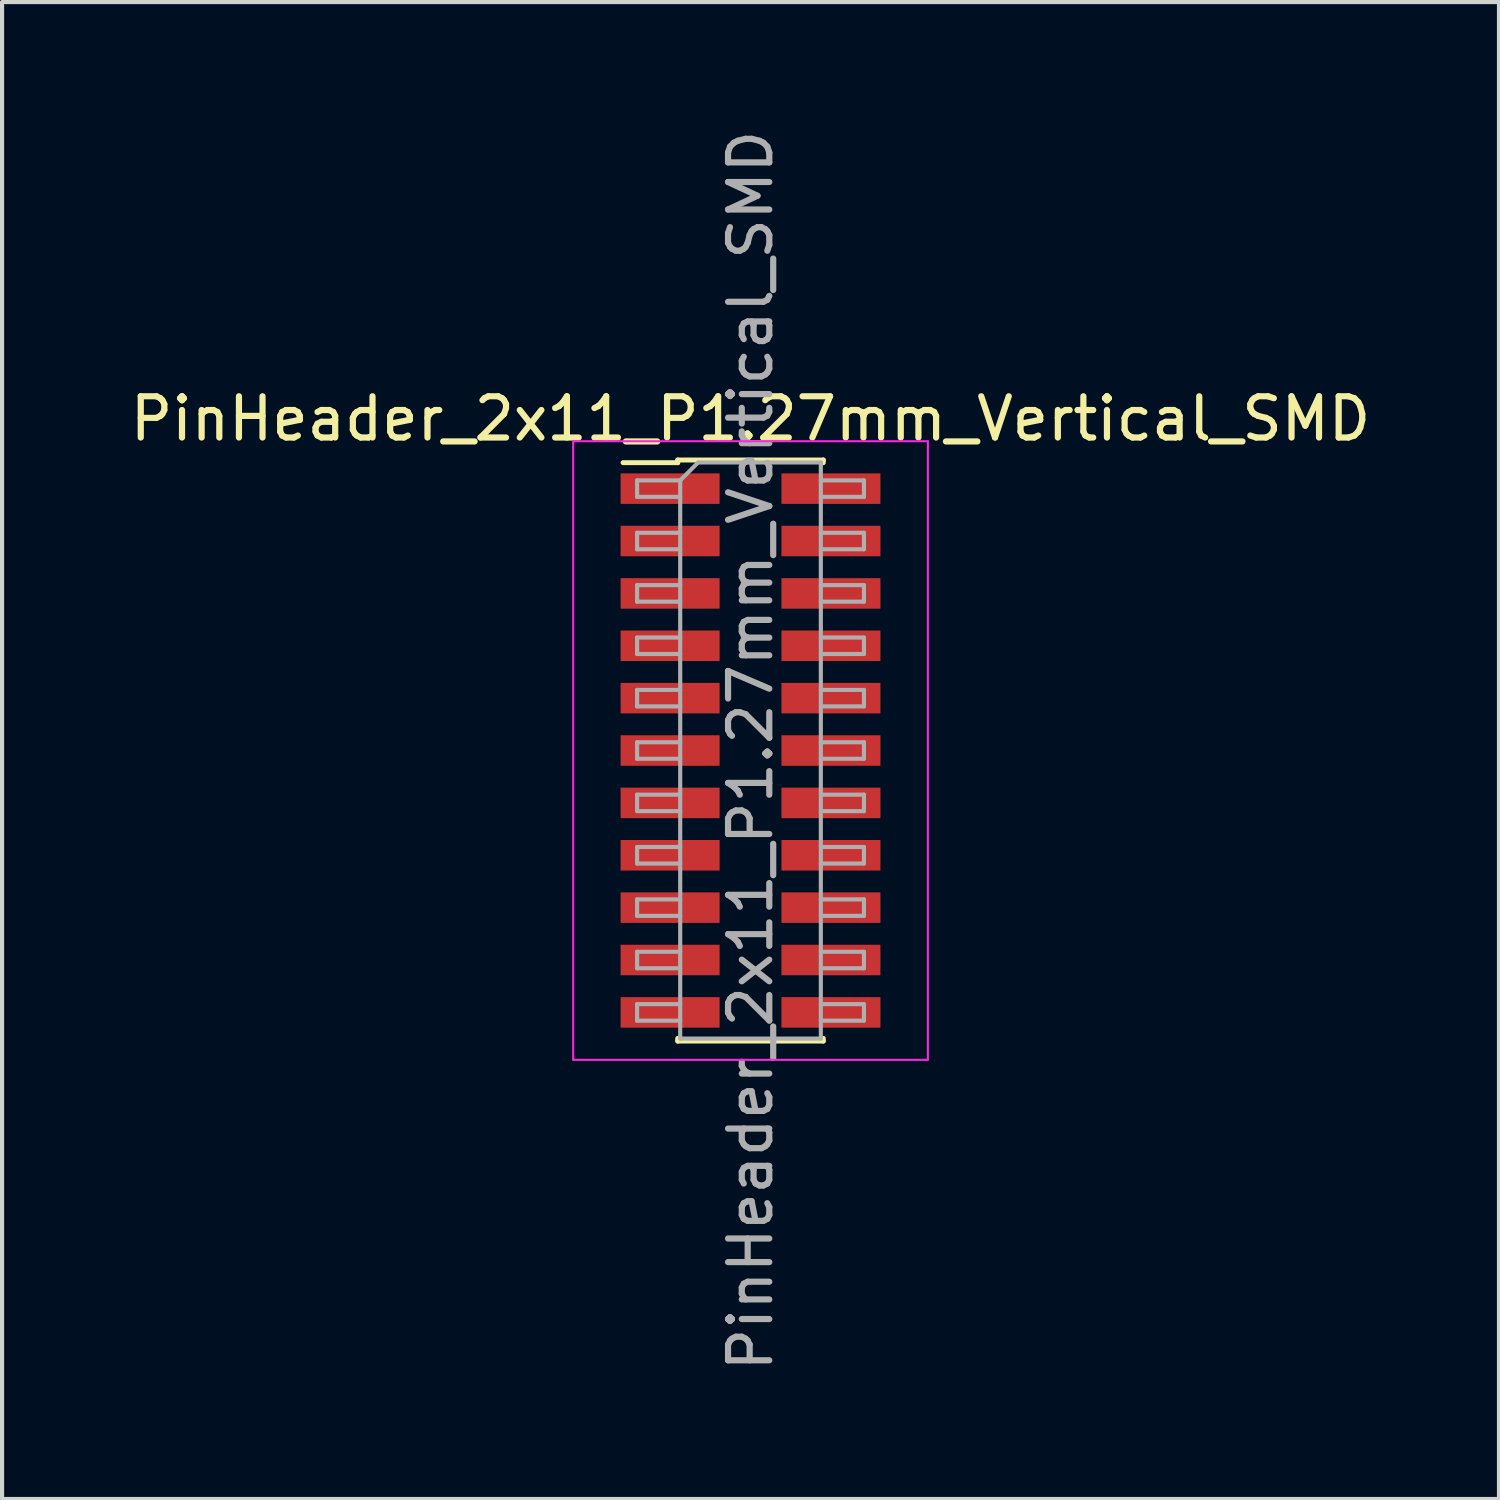
<source format=kicad_pcb>
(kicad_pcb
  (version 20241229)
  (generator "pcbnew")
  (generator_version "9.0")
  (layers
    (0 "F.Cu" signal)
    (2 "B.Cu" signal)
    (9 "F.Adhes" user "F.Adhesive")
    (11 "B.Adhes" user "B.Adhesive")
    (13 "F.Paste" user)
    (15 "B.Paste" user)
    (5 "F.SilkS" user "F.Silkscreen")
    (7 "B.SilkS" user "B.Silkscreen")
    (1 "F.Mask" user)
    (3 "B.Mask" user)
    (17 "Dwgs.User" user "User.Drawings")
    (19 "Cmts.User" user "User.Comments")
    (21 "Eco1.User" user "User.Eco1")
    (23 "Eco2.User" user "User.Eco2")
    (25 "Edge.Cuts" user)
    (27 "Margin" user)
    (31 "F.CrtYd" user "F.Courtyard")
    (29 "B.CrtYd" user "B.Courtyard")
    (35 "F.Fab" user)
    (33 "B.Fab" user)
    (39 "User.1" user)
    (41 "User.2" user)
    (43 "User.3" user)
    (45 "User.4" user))
  (footprint "PinHeader_2x11_P1.27mm_Vertical_SMD"
    (layer "F.Cu")
    (at 15.149 15.149)
    (property "Reference" "PinHeader_2x11_P1.27mm_Vertical_SMD" (at 0 -8.045 0) (layer "F.SilkS") (effects (font (size 1 1) (thickness 0.15))))
    (attr smd)
    (fp_line (start -3.09 -6.98) (end -1.765 -6.98) (stroke (width 0.12) (type solid)) (layer "F.SilkS"))
    (fp_line (start -1.765 -7.045) (end -1.765 -6.98) (stroke (width 0.12) (type solid)) (layer "F.SilkS"))
    (fp_line (start -1.765 -7.045) (end 1.765 -7.045) (stroke (width 0.12) (type solid)) (layer "F.SilkS"))
    (fp_line (start -1.765 6.98) (end -1.765 7.045) (stroke (width 0.12) (type solid)) (layer "F.SilkS"))
    (fp_line (start -1.765 7.045) (end 1.765 7.045) (stroke (width 0.12) (type solid)) (layer "F.SilkS"))
    (fp_line (start 1.765 -7.045) (end 1.765 -6.98) (stroke (width 0.12) (type solid)) (layer "F.SilkS"))
    (fp_line (start 1.765 6.98) (end 1.765 7.045) (stroke (width 0.12) (type solid)) (layer "F.SilkS"))
    (fp_line (start -4.3 -7.5) (end -4.3 7.5) (stroke (width 0.05) (type solid)) (layer "F.CrtYd"))
    (fp_line (start -4.3 7.5) (end 4.3 7.5) (stroke (width 0.05) (type solid)) (layer "F.CrtYd"))
    (fp_line (start 4.3 -7.5) (end -4.3 -7.5) (stroke (width 0.05) (type solid)) (layer "F.CrtYd"))
    (fp_line (start 4.3 7.5) (end 4.3 -7.5) (stroke (width 0.05) (type solid)) (layer "F.CrtYd"))
    (fp_line (start -2.75 -6.55) (end -2.75 -6.15) (stroke (width 0.1) (type solid)) (layer "F.Fab"))
    (fp_line (start -2.75 -6.15) (end -1.705 -6.15) (stroke (width 0.1) (type solid)) (layer "F.Fab"))
    (fp_line (start -2.75 -5.28) (end -2.75 -4.88) (stroke (width 0.1) (type solid)) (layer "F.Fab"))
    (fp_line (start -2.75 -4.88) (end -1.705 -4.88) (stroke (width 0.1) (type solid)) (layer "F.Fab"))
    (fp_line (start -2.75 -4.01) (end -2.75 -3.61) (stroke (width 0.1) (type solid)) (layer "F.Fab"))
    (fp_line (start -2.75 -3.61) (end -1.705 -3.61) (stroke (width 0.1) (type solid)) (layer "F.Fab"))
    (fp_line (start -2.75 -2.74) (end -2.75 -2.34) (stroke (width 0.1) (type solid)) (layer "F.Fab"))
    (fp_line (start -2.75 -2.34) (end -1.705 -2.34) (stroke (width 0.1) (type solid)) (layer "F.Fab"))
    (fp_line (start -2.75 -1.47) (end -2.75 -1.07) (stroke (width 0.1) (type solid)) (layer "F.Fab"))
    (fp_line (start -2.75 -1.07) (end -1.705 -1.07) (stroke (width 0.1) (type solid)) (layer "F.Fab"))
    (fp_line (start -2.75 -0.2) (end -2.75 0.2) (stroke (width 0.1) (type solid)) (layer "F.Fab"))
    (fp_line (start -2.75 0.2) (end -1.705 0.2) (stroke (width 0.1) (type solid)) (layer "F.Fab"))
    (fp_line (start -2.75 1.07) (end -2.75 1.47) (stroke (width 0.1) (type solid)) (layer "F.Fab"))
    (fp_line (start -2.75 1.47) (end -1.705 1.47) (stroke (width 0.1) (type solid)) (layer "F.Fab"))
    (fp_line (start -2.75 2.34) (end -2.75 2.74) (stroke (width 0.1) (type solid)) (layer "F.Fab"))
    (fp_line (start -2.75 2.74) (end -1.705 2.74) (stroke (width 0.1) (type solid)) (layer "F.Fab"))
    (fp_line (start -2.75 3.61) (end -2.75 4.01) (stroke (width 0.1) (type solid)) (layer "F.Fab"))
    (fp_line (start -2.75 4.01) (end -1.705 4.01) (stroke (width 0.1) (type solid)) (layer "F.Fab"))
    (fp_line (start -2.75 4.88) (end -2.75 5.28) (stroke (width 0.1) (type solid)) (layer "F.Fab"))
    (fp_line (start -2.75 5.28) (end -1.705 5.28) (stroke (width 0.1) (type solid)) (layer "F.Fab"))
    (fp_line (start -2.75 6.15) (end -2.75 6.55) (stroke (width 0.1) (type solid)) (layer "F.Fab"))
    (fp_line (start -2.75 6.55) (end -1.705 6.55) (stroke (width 0.1) (type solid)) (layer "F.Fab"))
    (fp_line (start -1.705 -6.55) (end -2.75 -6.55) (stroke (width 0.1) (type solid)) (layer "F.Fab"))
    (fp_line (start -1.705 -6.55) (end -1.27 -6.985) (stroke (width 0.1) (type solid)) (layer "F.Fab"))
    (fp_line (start -1.705 -5.28) (end -2.75 -5.28) (stroke (width 0.1) (type solid)) (layer "F.Fab"))
    (fp_line (start -1.705 -4.01) (end -2.75 -4.01) (stroke (width 0.1) (type solid)) (layer "F.Fab"))
    (fp_line (start -1.705 -2.74) (end -2.75 -2.74) (stroke (width 0.1) (type solid)) (layer "F.Fab"))
    (fp_line (start -1.705 -1.47) (end -2.75 -1.47) (stroke (width 0.1) (type solid)) (layer "F.Fab"))
    (fp_line (start -1.705 -0.2) (end -2.75 -0.2) (stroke (width 0.1) (type solid)) (layer "F.Fab"))
    (fp_line (start -1.705 1.07) (end -2.75 1.07) (stroke (width 0.1) (type solid)) (layer "F.Fab"))
    (fp_line (start -1.705 2.34) (end -2.75 2.34) (stroke (width 0.1) (type solid)) (layer "F.Fab"))
    (fp_line (start -1.705 3.61) (end -2.75 3.61) (stroke (width 0.1) (type solid)) (layer "F.Fab"))
    (fp_line (start -1.705 4.88) (end -2.75 4.88) (stroke (width 0.1) (type solid)) (layer "F.Fab"))
    (fp_line (start -1.705 6.15) (end -2.75 6.15) (stroke (width 0.1) (type solid)) (layer "F.Fab"))
    (fp_line (start -1.705 6.985) (end -1.705 -6.55) (stroke (width 0.1) (type solid)) (layer "F.Fab"))
    (fp_line (start -1.27 -6.985) (end 1.705 -6.985) (stroke (width 0.1) (type solid)) (layer "F.Fab"))
    (fp_line (start 1.705 -6.985) (end 1.705 6.985) (stroke (width 0.1) (type solid)) (layer "F.Fab"))
    (fp_line (start 1.705 -6.55) (end 2.75 -6.55) (stroke (width 0.1) (type solid)) (layer "F.Fab"))
    (fp_line (start 1.705 -5.28) (end 2.75 -5.28) (stroke (width 0.1) (type solid)) (layer "F.Fab"))
    (fp_line (start 1.705 -4.01) (end 2.75 -4.01) (stroke (width 0.1) (type solid)) (layer "F.Fab"))
    (fp_line (start 1.705 -2.74) (end 2.75 -2.74) (stroke (width 0.1) (type solid)) (layer "F.Fab"))
    (fp_line (start 1.705 -1.47) (end 2.75 -1.47) (stroke (width 0.1) (type solid)) (layer "F.Fab"))
    (fp_line (start 1.705 -0.2) (end 2.75 -0.2) (stroke (width 0.1) (type solid)) (layer "F.Fab"))
    (fp_line (start 1.705 1.07) (end 2.75 1.07) (stroke (width 0.1) (type solid)) (layer "F.Fab"))
    (fp_line (start 1.705 2.34) (end 2.75 2.34) (stroke (width 0.1) (type solid)) (layer "F.Fab"))
    (fp_line (start 1.705 3.61) (end 2.75 3.61) (stroke (width 0.1) (type solid)) (layer "F.Fab"))
    (fp_line (start 1.705 4.88) (end 2.75 4.88) (stroke (width 0.1) (type solid)) (layer "F.Fab"))
    (fp_line (start 1.705 6.15) (end 2.75 6.15) (stroke (width 0.1) (type solid)) (layer "F.Fab"))
    (fp_line (start 1.705 6.985) (end -1.705 6.985) (stroke (width 0.1) (type solid)) (layer "F.Fab"))
    (fp_line (start 2.75 -6.55) (end 2.75 -6.15) (stroke (width 0.1) (type solid)) (layer "F.Fab"))
    (fp_line (start 2.75 -6.15) (end 1.705 -6.15) (stroke (width 0.1) (type solid)) (layer "F.Fab"))
    (fp_line (start 2.75 -5.28) (end 2.75 -4.88) (stroke (width 0.1) (type solid)) (layer "F.Fab"))
    (fp_line (start 2.75 -4.88) (end 1.705 -4.88) (stroke (width 0.1) (type solid)) (layer "F.Fab"))
    (fp_line (start 2.75 -4.01) (end 2.75 -3.61) (stroke (width 0.1) (type solid)) (layer "F.Fab"))
    (fp_line (start 2.75 -3.61) (end 1.705 -3.61) (stroke (width 0.1) (type solid)) (layer "F.Fab"))
    (fp_line (start 2.75 -2.74) (end 2.75 -2.34) (stroke (width 0.1) (type solid)) (layer "F.Fab"))
    (fp_line (start 2.75 -2.34) (end 1.705 -2.34) (stroke (width 0.1) (type solid)) (layer "F.Fab"))
    (fp_line (start 2.75 -1.47) (end 2.75 -1.07) (stroke (width 0.1) (type solid)) (layer "F.Fab"))
    (fp_line (start 2.75 -1.07) (end 1.705 -1.07) (stroke (width 0.1) (type solid)) (layer "F.Fab"))
    (fp_line (start 2.75 -0.2) (end 2.75 0.2) (stroke (width 0.1) (type solid)) (layer "F.Fab"))
    (fp_line (start 2.75 0.2) (end 1.705 0.2) (stroke (width 0.1) (type solid)) (layer "F.Fab"))
    (fp_line (start 2.75 1.07) (end 2.75 1.47) (stroke (width 0.1) (type solid)) (layer "F.Fab"))
    (fp_line (start 2.75 1.47) (end 1.705 1.47) (stroke (width 0.1) (type solid)) (layer "F.Fab"))
    (fp_line (start 2.75 2.34) (end 2.75 2.74) (stroke (width 0.1) (type solid)) (layer "F.Fab"))
    (fp_line (start 2.75 2.74) (end 1.705 2.74) (stroke (width 0.1) (type solid)) (layer "F.Fab"))
    (fp_line (start 2.75 3.61) (end 2.75 4.01) (stroke (width 0.1) (type solid)) (layer "F.Fab"))
    (fp_line (start 2.75 4.01) (end 1.705 4.01) (stroke (width 0.1) (type solid)) (layer "F.Fab"))
    (fp_line (start 2.75 4.88) (end 2.75 5.28) (stroke (width 0.1) (type solid)) (layer "F.Fab"))
    (fp_line (start 2.75 5.28) (end 1.705 5.28) (stroke (width 0.1) (type solid)) (layer "F.Fab"))
    (fp_line (start 2.75 6.15) (end 2.75 6.55) (stroke (width 0.1) (type solid)) (layer "F.Fab"))
    (fp_line (start 2.75 6.55) (end 1.705 6.55) (stroke (width 0.1) (type solid)) (layer "F.Fab"))
    (fp_text user "${REFERENCE}" (at 0 0 90) (layer "F.Fab") (effects (font (size 1 1) (thickness 0.15))))
    (pad "1" smd rect (at -1.95 -6.35) (size 2.4 0.74) (layers "F.Cu" "F.Mask" "F.Paste"))
    (pad "2" smd rect (at 1.95 -6.35) (size 2.4 0.74) (layers "F.Cu" "F.Mask" "F.Paste"))
    (pad "3" smd rect (at -1.95 -5.08) (size 2.4 0.74) (layers "F.Cu" "F.Mask" "F.Paste"))
    (pad "4" smd rect (at 1.95 -5.08) (size 2.4 0.74) (layers "F.Cu" "F.Mask" "F.Paste"))
    (pad "5" smd rect (at -1.95 -3.81) (size 2.4 0.74) (layers "F.Cu" "F.Mask" "F.Paste"))
    (pad "6" smd rect (at 1.95 -3.81) (size 2.4 0.74) (layers "F.Cu" "F.Mask" "F.Paste"))
    (pad "7" smd rect (at -1.95 -2.54) (size 2.4 0.74) (layers "F.Cu" "F.Mask" "F.Paste"))
    (pad "8" smd rect (at 1.95 -2.54) (size 2.4 0.74) (layers "F.Cu" "F.Mask" "F.Paste"))
    (pad "9" smd rect (at -1.95 -1.27) (size 2.4 0.74) (layers "F.Cu" "F.Mask" "F.Paste"))
    (pad "10" smd rect (at 1.95 -1.27) (size 2.4 0.74) (layers "F.Cu" "F.Mask" "F.Paste"))
    (pad "11" smd rect (at -1.95 0) (size 2.4 0.74) (layers "F.Cu" "F.Mask" "F.Paste"))
    (pad "12" smd rect (at 1.95 0) (size 2.4 0.74) (layers "F.Cu" "F.Mask" "F.Paste"))
    (pad "13" smd rect (at -1.95 1.27) (size 2.4 0.74) (layers "F.Cu" "F.Mask" "F.Paste"))
    (pad "14" smd rect (at 1.95 1.27) (size 2.4 0.74) (layers "F.Cu" "F.Mask" "F.Paste"))
    (pad "15" smd rect (at -1.95 2.54) (size 2.4 0.74) (layers "F.Cu" "F.Mask" "F.Paste"))
    (pad "16" smd rect (at 1.95 2.54) (size 2.4 0.74) (layers "F.Cu" "F.Mask" "F.Paste"))
    (pad "17" smd rect (at -1.95 3.81) (size 2.4 0.74) (layers "F.Cu" "F.Mask" "F.Paste"))
    (pad "18" smd rect (at 1.95 3.81) (size 2.4 0.74) (layers "F.Cu" "F.Mask" "F.Paste"))
    (pad "19" smd rect (at -1.95 5.08) (size 2.4 0.74) (layers "F.Cu" "F.Mask" "F.Paste"))
    (pad "20" smd rect (at 1.95 5.08) (size 2.4 0.74) (layers "F.Cu" "F.Mask" "F.Paste"))
    (pad "21" smd rect (at -1.95 6.35) (size 2.4 0.74) (layers "F.Cu" "F.Mask" "F.Paste"))
    (pad "22" smd rect (at 1.95 6.35) (size 2.4 0.74) (layers "F.Cu" "F.Mask" "F.Paste")))
  (gr_rect
    (start -3 -3)
    (end 33.298 33.298)
    (stroke (width 0.1) (type default))
    (fill no)
    (layer "Edge.Cuts")))
</source>
